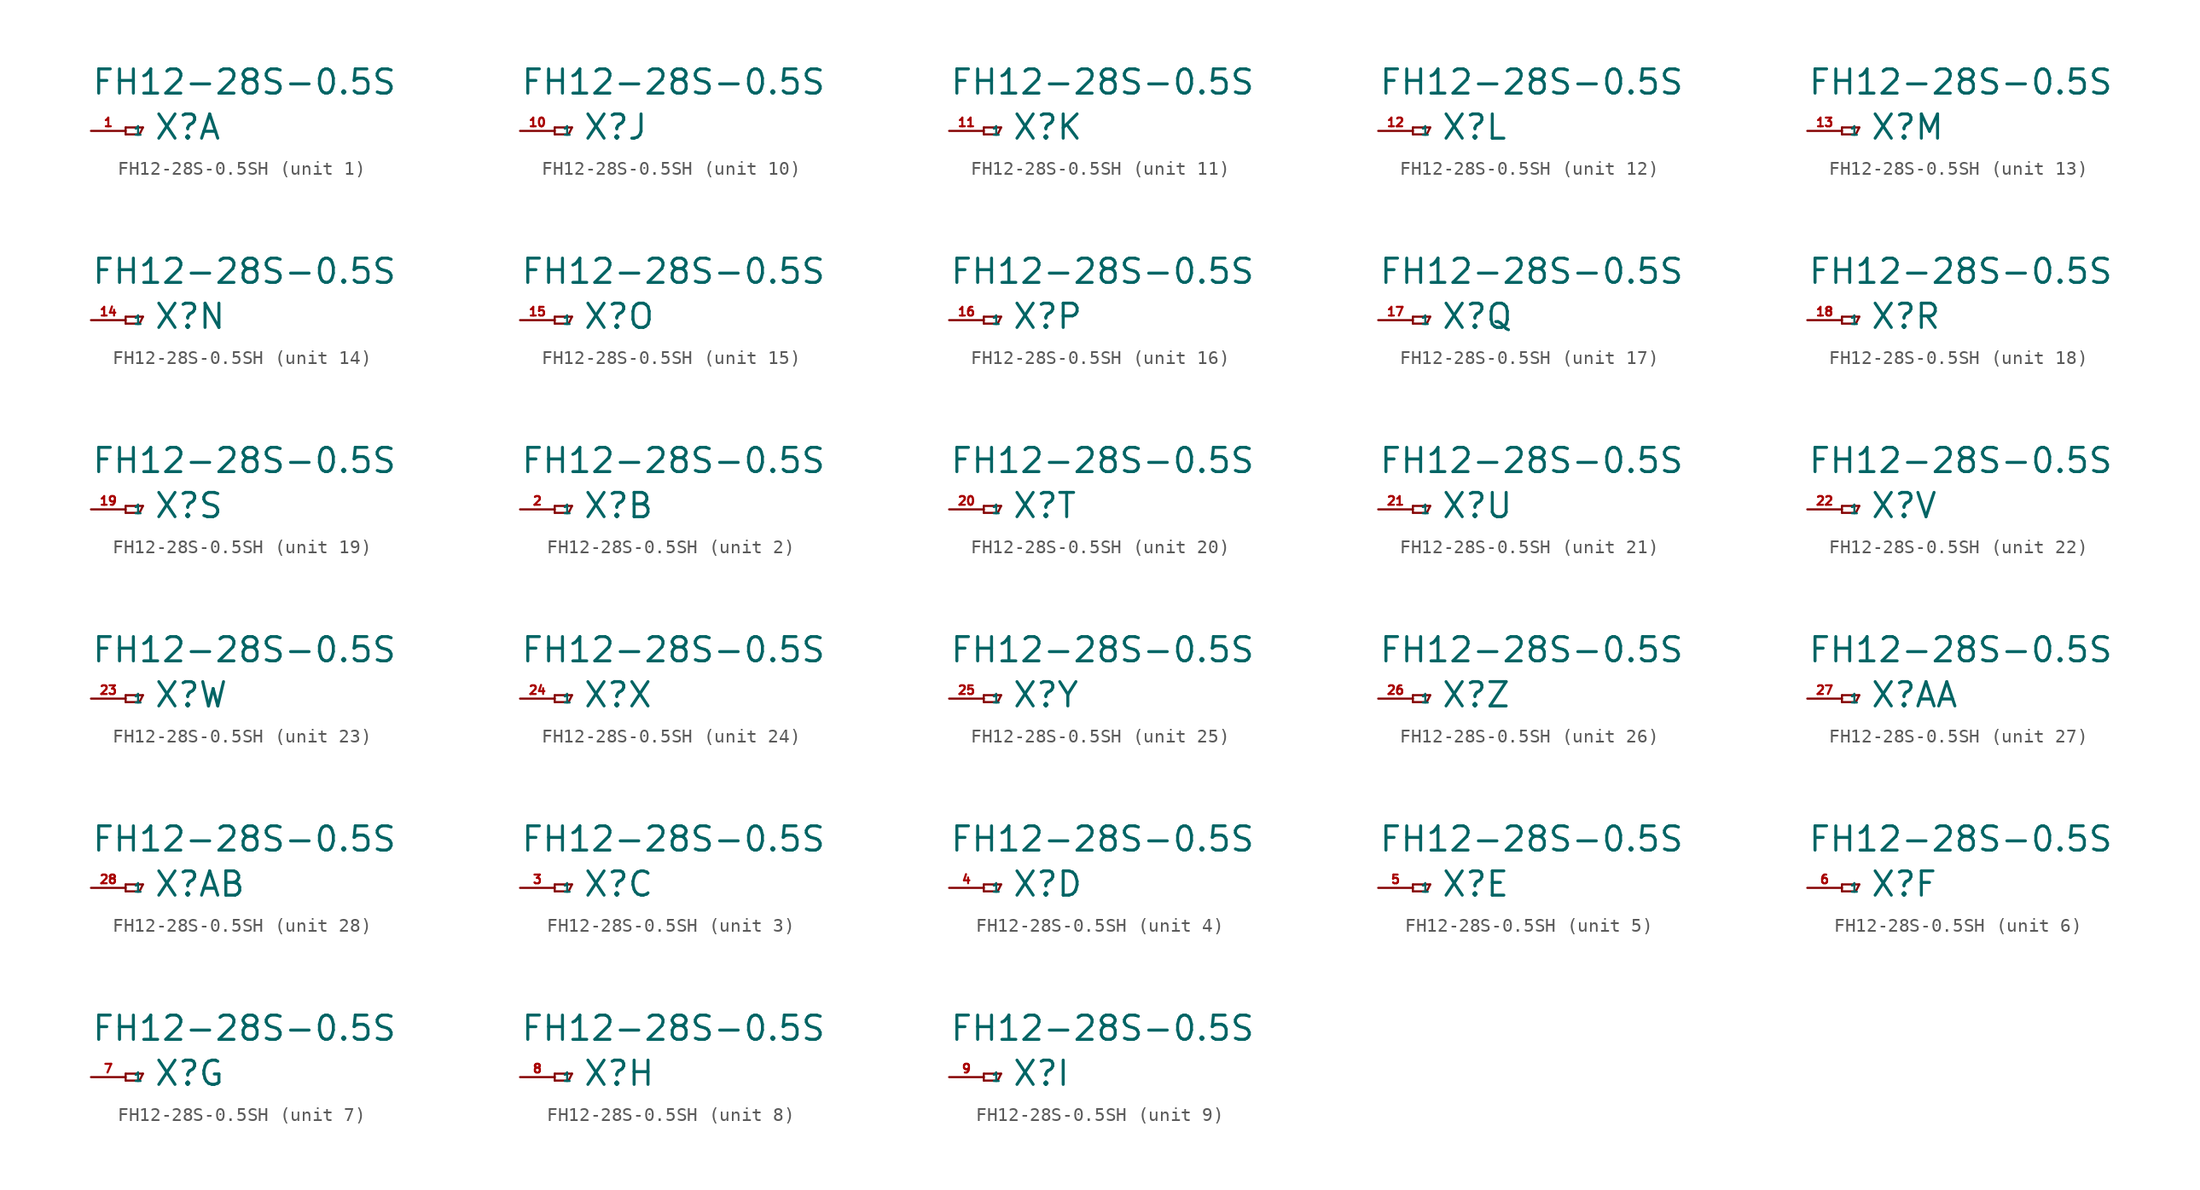
<source format=kicad_sym>
(kicad_symbol_lib
  (version 20220914)
  (generator Eagle2Kicad)
  (symbol "FH12-28S-0.5SH"
    (property "Reference" "X"
      (at 2.032 -0.762 0)
      (effects (font (size 1.778 1.778) (thickness 0.22)) (justify left bottom)))
    (property "Value" "FH12-28S-0.5S"
      (at -2.54 2.54 0)
      (effects (font (size 1.778 1.778) (thickness 0.22)) (justify left bottom)))
    (symbol "FH12-28S-0.5SH_1_0"
      (polyline (pts (xy 0 0.254) (xy 0 -0.254)) (stroke (width 0.152) (type default)) (fill (type none)))
      (polyline (pts (xy 0 -0.254) (xy 1.016 -0.254)) (stroke (width 0.152) (type default)) (fill (type none)))
      (polyline (pts (xy 1.016 -0.254) (xy 1.27 0.254)) (stroke (width 0.152) (type default)) (fill (type none)))
      (polyline (pts (xy 1.27 0.254) (xy 0 0.254)) (stroke (width 0.152) (type default)) (fill (type none)))
      (pin passive line (at -2.54 0 0) (length 2.54) (name "1" (effects (font (size 0.635 0.635) (thickness 0.08)) (justify left bottom))) (number "1" (effects (font (size 0.635 0.635) (thickness 0.08)) (justify left bottom)))))
    (symbol "FH12-28S-0.5SH_2_0"
      (polyline (pts (xy 0 0.254) (xy 0 -0.254)) (stroke (width 0.152) (type default)) (fill (type none)))
      (polyline (pts (xy 0 -0.254) (xy 1.016 -0.254)) (stroke (width 0.152) (type default)) (fill (type none)))
      (polyline (pts (xy 1.016 -0.254) (xy 1.27 0.254)) (stroke (width 0.152) (type default)) (fill (type none)))
      (polyline (pts (xy 1.27 0.254) (xy 0 0.254)) (stroke (width 0.152) (type default)) (fill (type none)))
      (pin passive line (at -2.54 0 0) (length 2.54) (name "1" (effects (font (size 0.635 0.635) (thickness 0.08)) (justify left bottom))) (number "2" (effects (font (size 0.635 0.635) (thickness 0.08)) (justify left bottom)))))
    (symbol "FH12-28S-0.5SH_3_0"
      (polyline (pts (xy 0 0.254) (xy 0 -0.254)) (stroke (width 0.152) (type default)) (fill (type none)))
      (polyline (pts (xy 0 -0.254) (xy 1.016 -0.254)) (stroke (width 0.152) (type default)) (fill (type none)))
      (polyline (pts (xy 1.016 -0.254) (xy 1.27 0.254)) (stroke (width 0.152) (type default)) (fill (type none)))
      (polyline (pts (xy 1.27 0.254) (xy 0 0.254)) (stroke (width 0.152) (type default)) (fill (type none)))
      (pin passive line (at -2.54 0 0) (length 2.54) (name "1" (effects (font (size 0.635 0.635) (thickness 0.08)) (justify left bottom))) (number "3" (effects (font (size 0.635 0.635) (thickness 0.08)) (justify left bottom)))))
    (symbol "FH12-28S-0.5SH_4_0"
      (polyline (pts (xy 0 0.254) (xy 0 -0.254)) (stroke (width 0.152) (type default)) (fill (type none)))
      (polyline (pts (xy 0 -0.254) (xy 1.016 -0.254)) (stroke (width 0.152) (type default)) (fill (type none)))
      (polyline (pts (xy 1.016 -0.254) (xy 1.27 0.254)) (stroke (width 0.152) (type default)) (fill (type none)))
      (polyline (pts (xy 1.27 0.254) (xy 0 0.254)) (stroke (width 0.152) (type default)) (fill (type none)))
      (pin passive line (at -2.54 0 0) (length 2.54) (name "1" (effects (font (size 0.635 0.635) (thickness 0.08)) (justify left bottom))) (number "4" (effects (font (size 0.635 0.635) (thickness 0.08)) (justify left bottom)))))
    (symbol "FH12-28S-0.5SH_5_0"
      (polyline (pts (xy 0 0.254) (xy 0 -0.254)) (stroke (width 0.152) (type default)) (fill (type none)))
      (polyline (pts (xy 0 -0.254) (xy 1.016 -0.254)) (stroke (width 0.152) (type default)) (fill (type none)))
      (polyline (pts (xy 1.016 -0.254) (xy 1.27 0.254)) (stroke (width 0.152) (type default)) (fill (type none)))
      (polyline (pts (xy 1.27 0.254) (xy 0 0.254)) (stroke (width 0.152) (type default)) (fill (type none)))
      (pin passive line (at -2.54 0 0) (length 2.54) (name "1" (effects (font (size 0.635 0.635) (thickness 0.08)) (justify left bottom))) (number "5" (effects (font (size 0.635 0.635) (thickness 0.08)) (justify left bottom)))))
    (symbol "FH12-28S-0.5SH_6_0"
      (polyline (pts (xy 0 0.254) (xy 0 -0.254)) (stroke (width 0.152) (type default)) (fill (type none)))
      (polyline (pts (xy 0 -0.254) (xy 1.016 -0.254)) (stroke (width 0.152) (type default)) (fill (type none)))
      (polyline (pts (xy 1.016 -0.254) (xy 1.27 0.254)) (stroke (width 0.152) (type default)) (fill (type none)))
      (polyline (pts (xy 1.27 0.254) (xy 0 0.254)) (stroke (width 0.152) (type default)) (fill (type none)))
      (pin passive line (at -2.54 0 0) (length 2.54) (name "1" (effects (font (size 0.635 0.635) (thickness 0.08)) (justify left bottom))) (number "6" (effects (font (size 0.635 0.635) (thickness 0.08)) (justify left bottom)))))
    (symbol "FH12-28S-0.5SH_7_0"
      (polyline (pts (xy 0 0.254) (xy 0 -0.254)) (stroke (width 0.152) (type default)) (fill (type none)))
      (polyline (pts (xy 0 -0.254) (xy 1.016 -0.254)) (stroke (width 0.152) (type default)) (fill (type none)))
      (polyline (pts (xy 1.016 -0.254) (xy 1.27 0.254)) (stroke (width 0.152) (type default)) (fill (type none)))
      (polyline (pts (xy 1.27 0.254) (xy 0 0.254)) (stroke (width 0.152) (type default)) (fill (type none)))
      (pin passive line (at -2.54 0 0) (length 2.54) (name "1" (effects (font (size 0.635 0.635) (thickness 0.08)) (justify left bottom))) (number "7" (effects (font (size 0.635 0.635) (thickness 0.08)) (justify left bottom)))))
    (symbol "FH12-28S-0.5SH_8_0"
      (polyline (pts (xy 0 0.254) (xy 0 -0.254)) (stroke (width 0.152) (type default)) (fill (type none)))
      (polyline (pts (xy 0 -0.254) (xy 1.016 -0.254)) (stroke (width 0.152) (type default)) (fill (type none)))
      (polyline (pts (xy 1.016 -0.254) (xy 1.27 0.254)) (stroke (width 0.152) (type default)) (fill (type none)))
      (polyline (pts (xy 1.27 0.254) (xy 0 0.254)) (stroke (width 0.152) (type default)) (fill (type none)))
      (pin passive line (at -2.54 0 0) (length 2.54) (name "1" (effects (font (size 0.635 0.635) (thickness 0.08)) (justify left bottom))) (number "8" (effects (font (size 0.635 0.635) (thickness 0.08)) (justify left bottom)))))
    (symbol "FH12-28S-0.5SH_9_0"
      (polyline (pts (xy 0 0.254) (xy 0 -0.254)) (stroke (width 0.152) (type default)) (fill (type none)))
      (polyline (pts (xy 0 -0.254) (xy 1.016 -0.254)) (stroke (width 0.152) (type default)) (fill (type none)))
      (polyline (pts (xy 1.016 -0.254) (xy 1.27 0.254)) (stroke (width 0.152) (type default)) (fill (type none)))
      (polyline (pts (xy 1.27 0.254) (xy 0 0.254)) (stroke (width 0.152) (type default)) (fill (type none)))
      (pin passive line (at -2.54 0 0) (length 2.54) (name "1" (effects (font (size 0.635 0.635) (thickness 0.08)) (justify left bottom))) (number "9" (effects (font (size 0.635 0.635) (thickness 0.08)) (justify left bottom)))))
    (symbol "FH12-28S-0.5SH_10_0"
      (polyline (pts (xy 0 0.254) (xy 0 -0.254)) (stroke (width 0.152) (type default)) (fill (type none)))
      (polyline (pts (xy 0 -0.254) (xy 1.016 -0.254)) (stroke (width 0.152) (type default)) (fill (type none)))
      (polyline (pts (xy 1.016 -0.254) (xy 1.27 0.254)) (stroke (width 0.152) (type default)) (fill (type none)))
      (polyline (pts (xy 1.27 0.254) (xy 0 0.254)) (stroke (width 0.152) (type default)) (fill (type none)))
      (pin passive line (at -2.54 0 0) (length 2.54) (name "1" (effects (font (size 0.635 0.635) (thickness 0.08)) (justify left bottom))) (number "10" (effects (font (size 0.635 0.635) (thickness 0.08)) (justify left bottom)))))
    (symbol "FH12-28S-0.5SH_11_0"
      (polyline (pts (xy 0 0.254) (xy 0 -0.254)) (stroke (width 0.152) (type default)) (fill (type none)))
      (polyline (pts (xy 0 -0.254) (xy 1.016 -0.254)) (stroke (width 0.152) (type default)) (fill (type none)))
      (polyline (pts (xy 1.016 -0.254) (xy 1.27 0.254)) (stroke (width 0.152) (type default)) (fill (type none)))
      (polyline (pts (xy 1.27 0.254) (xy 0 0.254)) (stroke (width 0.152) (type default)) (fill (type none)))
      (pin passive line (at -2.54 0 0) (length 2.54) (name "1" (effects (font (size 0.635 0.635) (thickness 0.08)) (justify left bottom))) (number "11" (effects (font (size 0.635 0.635) (thickness 0.08)) (justify left bottom)))))
    (symbol "FH12-28S-0.5SH_12_0"
      (polyline (pts (xy 0 0.254) (xy 0 -0.254)) (stroke (width 0.152) (type default)) (fill (type none)))
      (polyline (pts (xy 0 -0.254) (xy 1.016 -0.254)) (stroke (width 0.152) (type default)) (fill (type none)))
      (polyline (pts (xy 1.016 -0.254) (xy 1.27 0.254)) (stroke (width 0.152) (type default)) (fill (type none)))
      (polyline (pts (xy 1.27 0.254) (xy 0 0.254)) (stroke (width 0.152) (type default)) (fill (type none)))
      (pin passive line (at -2.54 0 0) (length 2.54) (name "1" (effects (font (size 0.635 0.635) (thickness 0.08)) (justify left bottom))) (number "12" (effects (font (size 0.635 0.635) (thickness 0.08)) (justify left bottom)))))
    (symbol "FH12-28S-0.5SH_13_0"
      (polyline (pts (xy 0 0.254) (xy 0 -0.254)) (stroke (width 0.152) (type default)) (fill (type none)))
      (polyline (pts (xy 0 -0.254) (xy 1.016 -0.254)) (stroke (width 0.152) (type default)) (fill (type none)))
      (polyline (pts (xy 1.016 -0.254) (xy 1.27 0.254)) (stroke (width 0.152) (type default)) (fill (type none)))
      (polyline (pts (xy 1.27 0.254) (xy 0 0.254)) (stroke (width 0.152) (type default)) (fill (type none)))
      (pin passive line (at -2.54 0 0) (length 2.54) (name "1" (effects (font (size 0.635 0.635) (thickness 0.08)) (justify left bottom))) (number "13" (effects (font (size 0.635 0.635) (thickness 0.08)) (justify left bottom)))))
    (symbol "FH12-28S-0.5SH_14_0"
      (polyline (pts (xy 0 0.254) (xy 0 -0.254)) (stroke (width 0.152) (type default)) (fill (type none)))
      (polyline (pts (xy 0 -0.254) (xy 1.016 -0.254)) (stroke (width 0.152) (type default)) (fill (type none)))
      (polyline (pts (xy 1.016 -0.254) (xy 1.27 0.254)) (stroke (width 0.152) (type default)) (fill (type none)))
      (polyline (pts (xy 1.27 0.254) (xy 0 0.254)) (stroke (width 0.152) (type default)) (fill (type none)))
      (pin passive line (at -2.54 0 0) (length 2.54) (name "1" (effects (font (size 0.635 0.635) (thickness 0.08)) (justify left bottom))) (number "14" (effects (font (size 0.635 0.635) (thickness 0.08)) (justify left bottom)))))
    (symbol "FH12-28S-0.5SH_15_0"
      (polyline (pts (xy 0 0.254) (xy 0 -0.254)) (stroke (width 0.152) (type default)) (fill (type none)))
      (polyline (pts (xy 0 -0.254) (xy 1.016 -0.254)) (stroke (width 0.152) (type default)) (fill (type none)))
      (polyline (pts (xy 1.016 -0.254) (xy 1.27 0.254)) (stroke (width 0.152) (type default)) (fill (type none)))
      (polyline (pts (xy 1.27 0.254) (xy 0 0.254)) (stroke (width 0.152) (type default)) (fill (type none)))
      (pin passive line (at -2.54 0 0) (length 2.54) (name "1" (effects (font (size 0.635 0.635) (thickness 0.08)) (justify left bottom))) (number "15" (effects (font (size 0.635 0.635) (thickness 0.08)) (justify left bottom)))))
    (symbol "FH12-28S-0.5SH_16_0"
      (polyline (pts (xy 0 0.254) (xy 0 -0.254)) (stroke (width 0.152) (type default)) (fill (type none)))
      (polyline (pts (xy 0 -0.254) (xy 1.016 -0.254)) (stroke (width 0.152) (type default)) (fill (type none)))
      (polyline (pts (xy 1.016 -0.254) (xy 1.27 0.254)) (stroke (width 0.152) (type default)) (fill (type none)))
      (polyline (pts (xy 1.27 0.254) (xy 0 0.254)) (stroke (width 0.152) (type default)) (fill (type none)))
      (pin passive line (at -2.54 0 0) (length 2.54) (name "1" (effects (font (size 0.635 0.635) (thickness 0.08)) (justify left bottom))) (number "16" (effects (font (size 0.635 0.635) (thickness 0.08)) (justify left bottom)))))
    (symbol "FH12-28S-0.5SH_17_0"
      (polyline (pts (xy 0 0.254) (xy 0 -0.254)) (stroke (width 0.152) (type default)) (fill (type none)))
      (polyline (pts (xy 0 -0.254) (xy 1.016 -0.254)) (stroke (width 0.152) (type default)) (fill (type none)))
      (polyline (pts (xy 1.016 -0.254) (xy 1.27 0.254)) (stroke (width 0.152) (type default)) (fill (type none)))
      (polyline (pts (xy 1.27 0.254) (xy 0 0.254)) (stroke (width 0.152) (type default)) (fill (type none)))
      (pin passive line (at -2.54 0 0) (length 2.54) (name "1" (effects (font (size 0.635 0.635) (thickness 0.08)) (justify left bottom))) (number "17" (effects (font (size 0.635 0.635) (thickness 0.08)) (justify left bottom)))))
    (symbol "FH12-28S-0.5SH_18_0"
      (polyline (pts (xy 0 0.254) (xy 0 -0.254)) (stroke (width 0.152) (type default)) (fill (type none)))
      (polyline (pts (xy 0 -0.254) (xy 1.016 -0.254)) (stroke (width 0.152) (type default)) (fill (type none)))
      (polyline (pts (xy 1.016 -0.254) (xy 1.27 0.254)) (stroke (width 0.152) (type default)) (fill (type none)))
      (polyline (pts (xy 1.27 0.254) (xy 0 0.254)) (stroke (width 0.152) (type default)) (fill (type none)))
      (pin passive line (at -2.54 0 0) (length 2.54) (name "1" (effects (font (size 0.635 0.635) (thickness 0.08)) (justify left bottom))) (number "18" (effects (font (size 0.635 0.635) (thickness 0.08)) (justify left bottom)))))
    (symbol "FH12-28S-0.5SH_19_0"
      (polyline (pts (xy 0 0.254) (xy 0 -0.254)) (stroke (width 0.152) (type default)) (fill (type none)))
      (polyline (pts (xy 0 -0.254) (xy 1.016 -0.254)) (stroke (width 0.152) (type default)) (fill (type none)))
      (polyline (pts (xy 1.016 -0.254) (xy 1.27 0.254)) (stroke (width 0.152) (type default)) (fill (type none)))
      (polyline (pts (xy 1.27 0.254) (xy 0 0.254)) (stroke (width 0.152) (type default)) (fill (type none)))
      (pin passive line (at -2.54 0 0) (length 2.54) (name "1" (effects (font (size 0.635 0.635) (thickness 0.08)) (justify left bottom))) (number "19" (effects (font (size 0.635 0.635) (thickness 0.08)) (justify left bottom)))))
    (symbol "FH12-28S-0.5SH_20_0"
      (polyline (pts (xy 0 0.254) (xy 0 -0.254)) (stroke (width 0.152) (type default)) (fill (type none)))
      (polyline (pts (xy 0 -0.254) (xy 1.016 -0.254)) (stroke (width 0.152) (type default)) (fill (type none)))
      (polyline (pts (xy 1.016 -0.254) (xy 1.27 0.254)) (stroke (width 0.152) (type default)) (fill (type none)))
      (polyline (pts (xy 1.27 0.254) (xy 0 0.254)) (stroke (width 0.152) (type default)) (fill (type none)))
      (pin passive line (at -2.54 0 0) (length 2.54) (name "1" (effects (font (size 0.635 0.635) (thickness 0.08)) (justify left bottom))) (number "20" (effects (font (size 0.635 0.635) (thickness 0.08)) (justify left bottom)))))
    (symbol "FH12-28S-0.5SH_21_0"
      (polyline (pts (xy 0 0.254) (xy 0 -0.254)) (stroke (width 0.152) (type default)) (fill (type none)))
      (polyline (pts (xy 0 -0.254) (xy 1.016 -0.254)) (stroke (width 0.152) (type default)) (fill (type none)))
      (polyline (pts (xy 1.016 -0.254) (xy 1.27 0.254)) (stroke (width 0.152) (type default)) (fill (type none)))
      (polyline (pts (xy 1.27 0.254) (xy 0 0.254)) (stroke (width 0.152) (type default)) (fill (type none)))
      (pin passive line (at -2.54 0 0) (length 2.54) (name "1" (effects (font (size 0.635 0.635) (thickness 0.08)) (justify left bottom))) (number "21" (effects (font (size 0.635 0.635) (thickness 0.08)) (justify left bottom)))))
    (symbol "FH12-28S-0.5SH_22_0"
      (polyline (pts (xy 0 0.254) (xy 0 -0.254)) (stroke (width 0.152) (type default)) (fill (type none)))
      (polyline (pts (xy 0 -0.254) (xy 1.016 -0.254)) (stroke (width 0.152) (type default)) (fill (type none)))
      (polyline (pts (xy 1.016 -0.254) (xy 1.27 0.254)) (stroke (width 0.152) (type default)) (fill (type none)))
      (polyline (pts (xy 1.27 0.254) (xy 0 0.254)) (stroke (width 0.152) (type default)) (fill (type none)))
      (pin passive line (at -2.54 0 0) (length 2.54) (name "1" (effects (font (size 0.635 0.635) (thickness 0.08)) (justify left bottom))) (number "22" (effects (font (size 0.635 0.635) (thickness 0.08)) (justify left bottom)))))
    (symbol "FH12-28S-0.5SH_23_0"
      (polyline (pts (xy 0 0.254) (xy 0 -0.254)) (stroke (width 0.152) (type default)) (fill (type none)))
      (polyline (pts (xy 0 -0.254) (xy 1.016 -0.254)) (stroke (width 0.152) (type default)) (fill (type none)))
      (polyline (pts (xy 1.016 -0.254) (xy 1.27 0.254)) (stroke (width 0.152) (type default)) (fill (type none)))
      (polyline (pts (xy 1.27 0.254) (xy 0 0.254)) (stroke (width 0.152) (type default)) (fill (type none)))
      (pin passive line (at -2.54 0 0) (length 2.54) (name "1" (effects (font (size 0.635 0.635) (thickness 0.08)) (justify left bottom))) (number "23" (effects (font (size 0.635 0.635) (thickness 0.08)) (justify left bottom)))))
    (symbol "FH12-28S-0.5SH_24_0"
      (polyline (pts (xy 0 0.254) (xy 0 -0.254)) (stroke (width 0.152) (type default)) (fill (type none)))
      (polyline (pts (xy 0 -0.254) (xy 1.016 -0.254)) (stroke (width 0.152) (type default)) (fill (type none)))
      (polyline (pts (xy 1.016 -0.254) (xy 1.27 0.254)) (stroke (width 0.152) (type default)) (fill (type none)))
      (polyline (pts (xy 1.27 0.254) (xy 0 0.254)) (stroke (width 0.152) (type default)) (fill (type none)))
      (pin passive line (at -2.54 0 0) (length 2.54) (name "1" (effects (font (size 0.635 0.635) (thickness 0.08)) (justify left bottom))) (number "24" (effects (font (size 0.635 0.635) (thickness 0.08)) (justify left bottom)))))
    (symbol "FH12-28S-0.5SH_25_0"
      (polyline (pts (xy 0 0.254) (xy 0 -0.254)) (stroke (width 0.152) (type default)) (fill (type none)))
      (polyline (pts (xy 0 -0.254) (xy 1.016 -0.254)) (stroke (width 0.152) (type default)) (fill (type none)))
      (polyline (pts (xy 1.016 -0.254) (xy 1.27 0.254)) (stroke (width 0.152) (type default)) (fill (type none)))
      (polyline (pts (xy 1.27 0.254) (xy 0 0.254)) (stroke (width 0.152) (type default)) (fill (type none)))
      (pin passive line (at -2.54 0 0) (length 2.54) (name "1" (effects (font (size 0.635 0.635) (thickness 0.08)) (justify left bottom))) (number "25" (effects (font (size 0.635 0.635) (thickness 0.08)) (justify left bottom)))))
    (symbol "FH12-28S-0.5SH_26_0"
      (polyline (pts (xy 0 0.254) (xy 0 -0.254)) (stroke (width 0.152) (type default)) (fill (type none)))
      (polyline (pts (xy 0 -0.254) (xy 1.016 -0.254)) (stroke (width 0.152) (type default)) (fill (type none)))
      (polyline (pts (xy 1.016 -0.254) (xy 1.27 0.254)) (stroke (width 0.152) (type default)) (fill (type none)))
      (polyline (pts (xy 1.27 0.254) (xy 0 0.254)) (stroke (width 0.152) (type default)) (fill (type none)))
      (pin passive line (at -2.54 0 0) (length 2.54) (name "1" (effects (font (size 0.635 0.635) (thickness 0.08)) (justify left bottom))) (number "26" (effects (font (size 0.635 0.635) (thickness 0.08)) (justify left bottom)))))
    (symbol "FH12-28S-0.5SH_27_0"
      (polyline (pts (xy 0 0.254) (xy 0 -0.254)) (stroke (width 0.152) (type default)) (fill (type none)))
      (polyline (pts (xy 0 -0.254) (xy 1.016 -0.254)) (stroke (width 0.152) (type default)) (fill (type none)))
      (polyline (pts (xy 1.016 -0.254) (xy 1.27 0.254)) (stroke (width 0.152) (type default)) (fill (type none)))
      (polyline (pts (xy 1.27 0.254) (xy 0 0.254)) (stroke (width 0.152) (type default)) (fill (type none)))
      (pin passive line (at -2.54 0 0) (length 2.54) (name "1" (effects (font (size 0.635 0.635) (thickness 0.08)) (justify left bottom))) (number "27" (effects (font (size 0.635 0.635) (thickness 0.08)) (justify left bottom)))))
    (symbol "FH12-28S-0.5SH_28_0"
      (polyline (pts (xy 0 0.254) (xy 0 -0.254)) (stroke (width 0.152) (type default)) (fill (type none)))
      (polyline (pts (xy 0 -0.254) (xy 1.016 -0.254)) (stroke (width 0.152) (type default)) (fill (type none)))
      (polyline (pts (xy 1.016 -0.254) (xy 1.27 0.254)) (stroke (width 0.152) (type default)) (fill (type none)))
      (polyline (pts (xy 1.27 0.254) (xy 0 0.254)) (stroke (width 0.152) (type default)) (fill (type none)))
      (pin passive line (at -2.54 0 0) (length 2.54) (name "1" (effects (font (size 0.635 0.635) (thickness 0.08)) (justify left bottom))) (number "28" (effects (font (size 0.635 0.635) (thickness 0.08)) (justify left bottom)))))))
</source>
